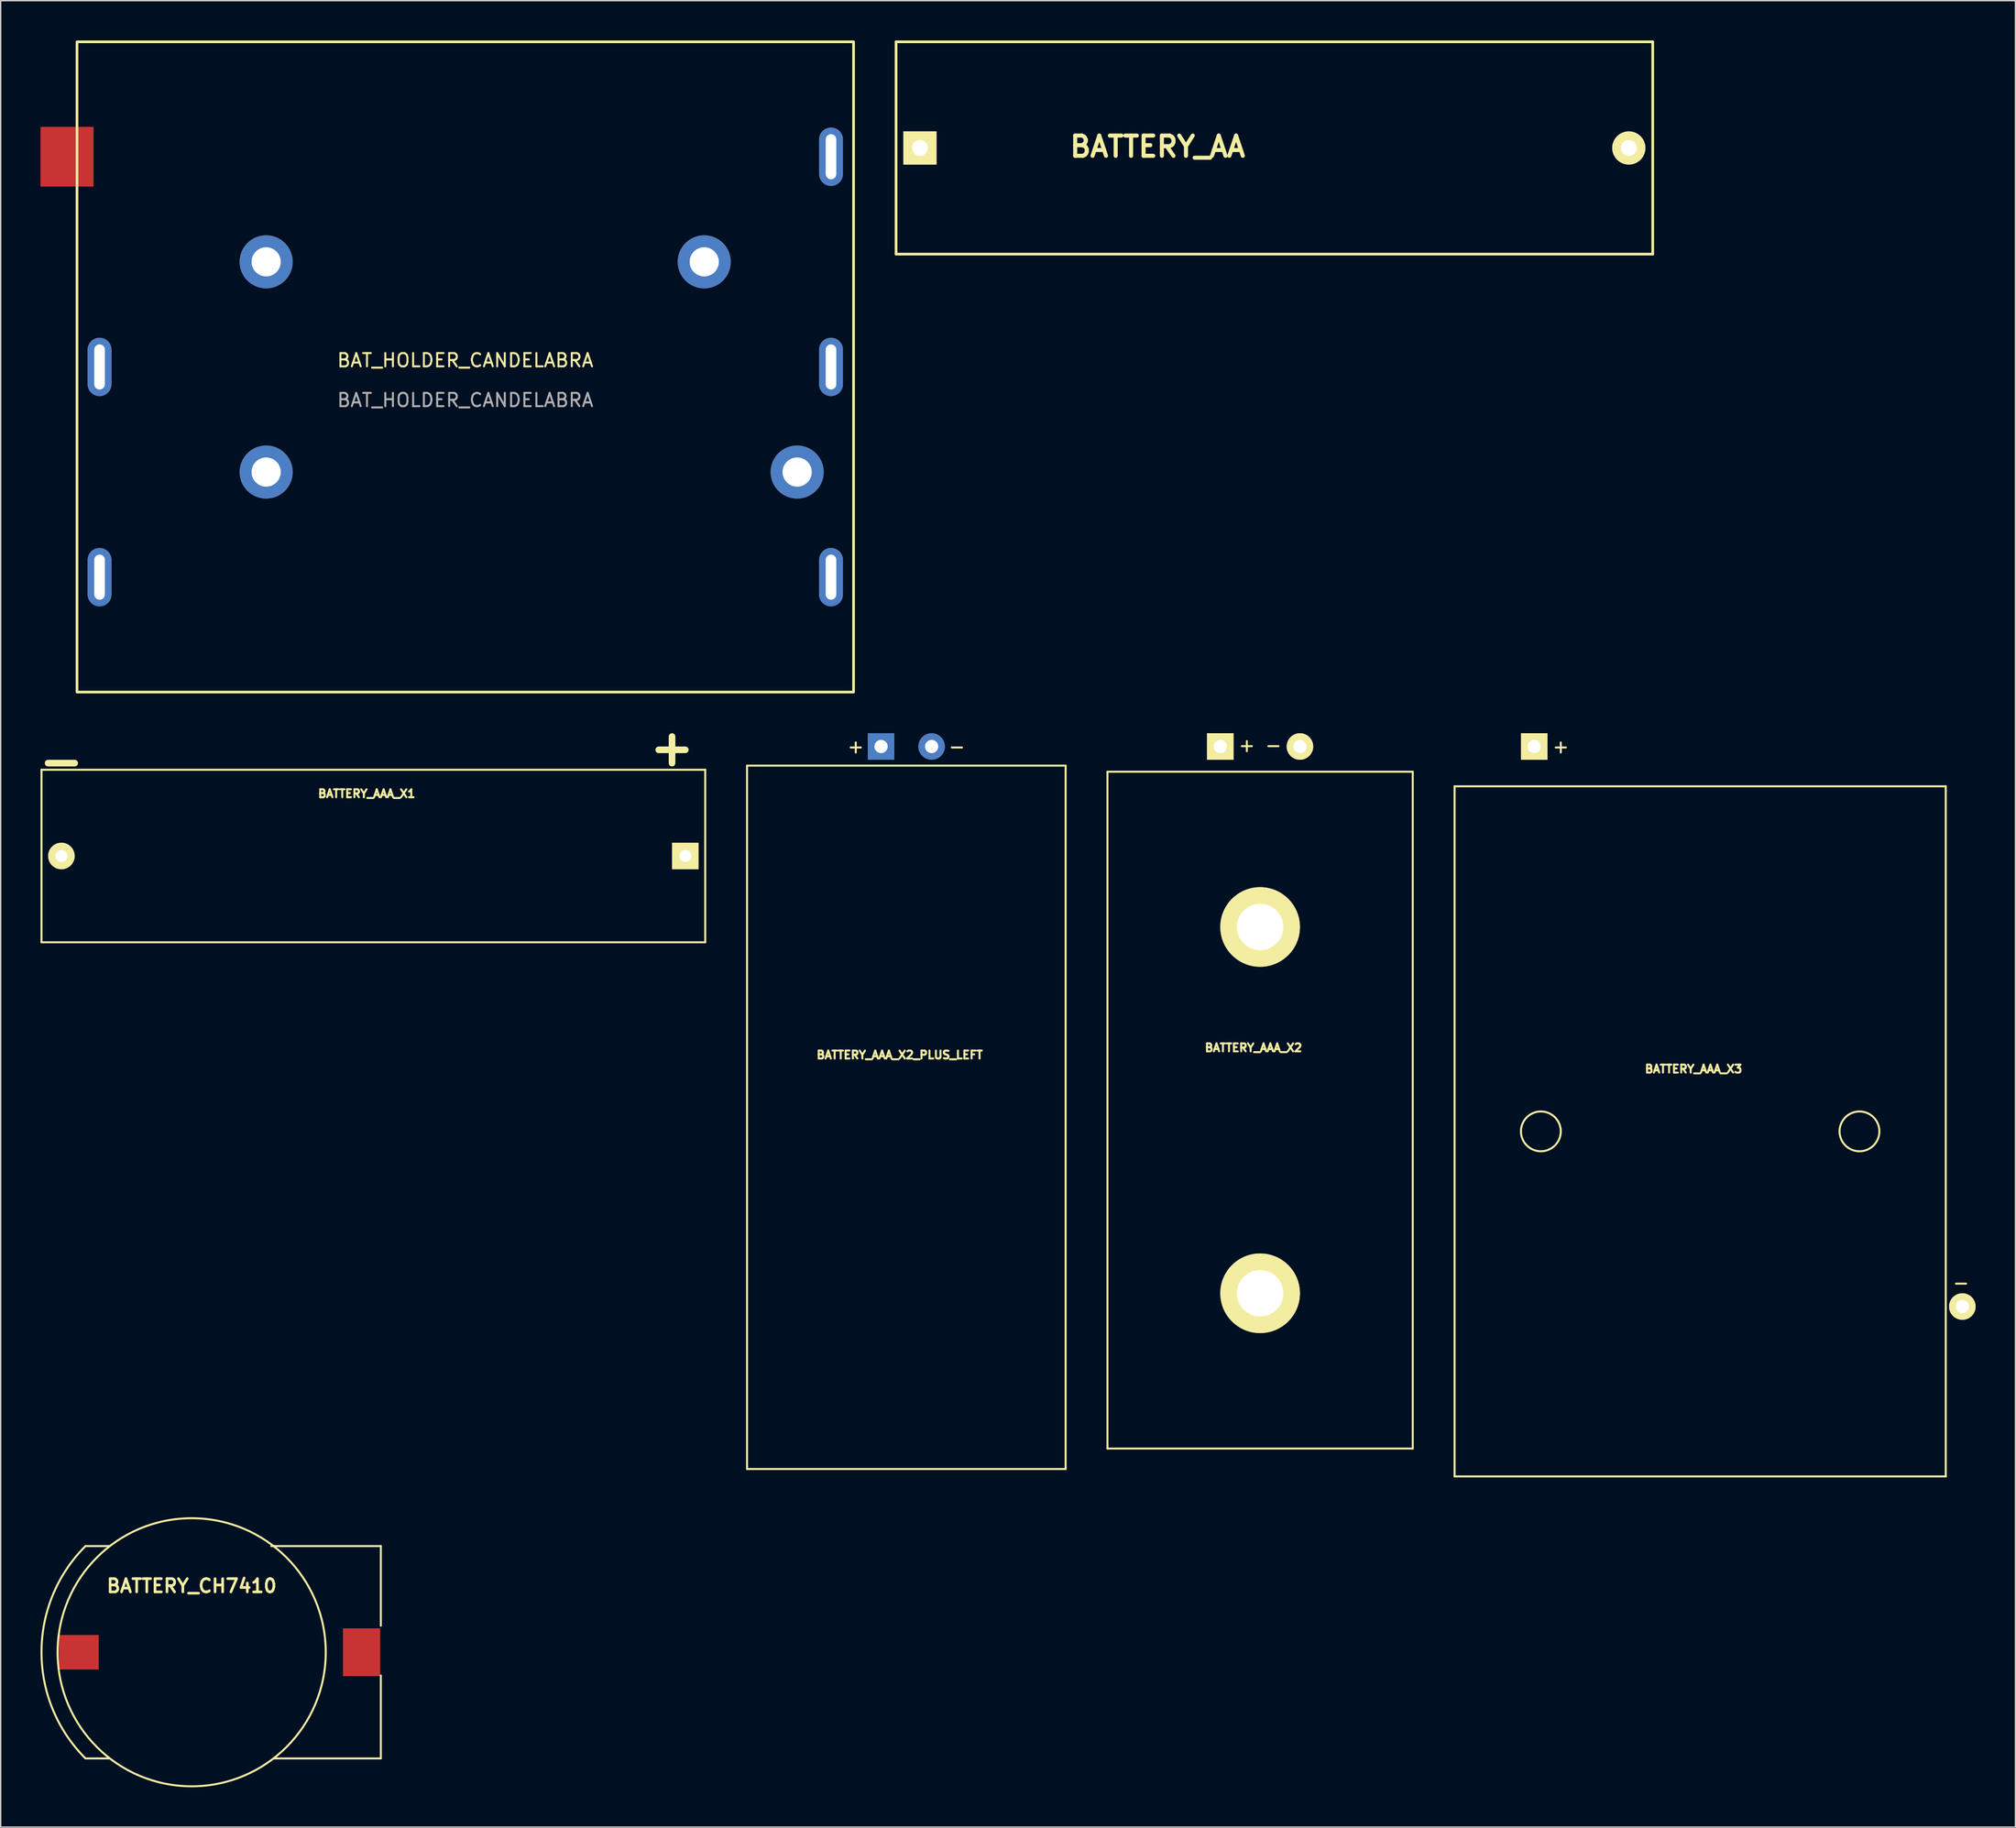
<source format=kicad_pcb>
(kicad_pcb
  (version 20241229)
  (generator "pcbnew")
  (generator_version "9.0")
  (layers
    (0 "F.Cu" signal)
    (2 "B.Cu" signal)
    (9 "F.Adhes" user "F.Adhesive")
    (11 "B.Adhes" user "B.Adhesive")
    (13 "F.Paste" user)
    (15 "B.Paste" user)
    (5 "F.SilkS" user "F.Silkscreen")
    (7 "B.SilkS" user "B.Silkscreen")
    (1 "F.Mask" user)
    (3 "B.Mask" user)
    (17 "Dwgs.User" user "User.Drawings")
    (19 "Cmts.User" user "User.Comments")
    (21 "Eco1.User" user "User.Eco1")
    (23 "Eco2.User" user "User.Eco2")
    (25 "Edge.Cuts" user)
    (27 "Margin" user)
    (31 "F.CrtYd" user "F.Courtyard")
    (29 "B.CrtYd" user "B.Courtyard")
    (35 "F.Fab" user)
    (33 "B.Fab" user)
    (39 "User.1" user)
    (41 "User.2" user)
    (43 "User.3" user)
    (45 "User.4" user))
  (footprint "BATTERY_AAA_X3"
    (layer "F.Cu")
    (at 125.025 82.2)
    (property "Reference" "BATTERY_AAA_X3" (at -0.5 -4.699 0) (layer "F.SilkS") (effects (font (size 0.6 0.6) (thickness 0.15))))
    (attr through_hole)
    (fp_line (start -18.5 -26) (end 18.5 -26) (stroke (width 0.15) (type solid)) (layer "F.SilkS"))
    (fp_line (start -18.5 26) (end -18.5 -26) (stroke (width 0.15) (type solid)) (layer "F.SilkS"))
    (fp_line (start 18.5 -26) (end 18.5 26) (stroke (width 0.15) (type solid)) (layer "F.SilkS"))
    (fp_line (start 18.5 26) (end -18.5 26) (stroke (width 0.15) (type solid)) (layer "F.SilkS"))
    (fp_circle (center -12 0) (end -10.5 0) (stroke (width 0.15) (type solid)) (fill no) (layer "F.SilkS"))
    (fp_circle (center 12 0) (end 13.5 0) (stroke (width 0.15) (type solid)) (fill no) (layer "F.SilkS"))
    (fp_text user "-" (at 19.65 11.4 0) (layer "F.SilkS") (effects (font (size 1 1) (thickness 0.15))))
    (fp_text user "+" (at -10.5 -29 0) (layer "F.SilkS") (effects (font (size 1 1) (thickness 0.15))))
    (pad "A" thru_hole rect (at -12.5 -29) (size 2 2) (drill 1) (layers "*.Cu" "*.Mask" "F.SilkS"))
    (pad "C" thru_hole circle (at 19.75 13.2) (size 2 2) (drill 1) (layers "*.Cu" "*.Mask" "F.SilkS")))
  (footprint "BATTERY_AA"
    (layer "F.Cu")
    (at 92.95 8.1)
    (property "Reference" "BATTERY_AA" (at -8.8 -0.1 0) (layer "F.SilkS") (effects (font (size 1.524 1.524) (thickness 0.305))))
    (attr through_hole)
    (fp_line (start -28.5 -8) (end 28.5 -8) (stroke (width 0.2) (type solid)) (layer "F.SilkS"))
    (fp_line (start -28.5 8) (end -28.5 -8) (stroke (width 0.2) (type solid)) (layer "F.SilkS"))
    (fp_line (start 28.5 -8) (end 28.5 8) (stroke (width 0.2) (type solid)) (layer "F.SilkS"))
    (fp_line (start 28.5 8) (end -28.5 8) (stroke (width 0.2) (type solid)) (layer "F.SilkS"))
    (pad "A" thru_hole rect (at -26.7 0) (size 2.5 2.5) (drill 1.2) (layers "*.Cu" "*.Mask" "F.SilkS"))
    (pad "C" thru_hole circle (at 26.7 0) (size 2.5 2.5) (drill 1.2) (layers "*.Cu" "*.Mask" "F.SilkS")))
  (footprint "BATTERY_AAA_X1"
    (layer "F.Cu")
    (at 25.075 61.451)
    (property "Reference" "BATTERY_AAA_X1" (at -0.5 -4.699 0) (layer "F.SilkS") (effects (font (size 0.6 0.6) (thickness 0.15))))
    (attr through_hole)
    (fp_line (start -25 -6.5) (end 25 -6.5) (stroke (width 0.15) (type solid)) (layer "F.SilkS"))
    (fp_line (start -25 6.5) (end -25 -6.5) (stroke (width 0.15) (type solid)) (layer "F.SilkS"))
    (fp_line (start -24.501 -7) (end -22.499 -7) (stroke (width 0.5) (type solid)) (layer "F.SilkS"))
    (fp_line (start 21.499 -8) (end 23.498 -8) (stroke (width 0.5) (type solid)) (layer "F.SilkS"))
    (fp_line (start 22.5 -9.001) (end 22.5 -7) (stroke (width 0.5) (type solid)) (layer "F.SilkS"))
    (fp_line (start 25 -6.5) (end 25 6.5) (stroke (width 0.15) (type solid)) (layer "F.SilkS"))
    (fp_line (start 25 6.5) (end -25 6.5) (stroke (width 0.15) (type solid)) (layer "F.SilkS"))
    (pad "A" thru_hole rect (at 23.5 0) (size 2 2) (drill 0.9) (layers "*.Cu" "*.Mask" "F.SilkS"))
    (pad "C" thru_hole circle (at -23.5 0) (size 2 2) (drill 0.9) (layers "*.Cu" "*.Mask" "F.SilkS")))
  (footprint "BATTERY_AAA_X2"
    (layer "F.Cu")
    (at 91.875 80.6)
    (property "Reference" "BATTERY_AAA_X2" (at -0.5 -4.699 0) (layer "F.SilkS") (effects (font (size 0.6 0.6) (thickness 0.15))))
    (attr through_hole)
    (fp_line (start -11.5 -25.5) (end 11.5 -25.5) (stroke (width 0.15) (type solid)) (layer "F.SilkS"))
    (fp_line (start -11.5 25.5) (end -11.5 -25.5) (stroke (width 0.15) (type solid)) (layer "F.SilkS"))
    (fp_line (start 11.5 -25.5) (end 11.5 25.5) (stroke (width 0.15) (type solid)) (layer "F.SilkS"))
    (fp_line (start 11.5 25.5) (end -11.5 25.5) (stroke (width 0.15) (type solid)) (layer "F.SilkS"))
    (fp_text user "-" (at 1 -27.5 0) (layer "F.SilkS") (effects (font (size 1 1) (thickness 0.15))))
    (fp_text user "+" (at -1 -27.5 0) (layer "F.SilkS") (effects (font (size 1 1) (thickness 0.15))))
    (pad "A" thru_hole rect (at -3 -27.4) (size 2 2) (drill 1) (layers "*.Cu" "*.Mask" "F.SilkS"))
    (pad "C" thru_hole circle (at 3 -27.4) (size 2 2) (drill 1) (layers "*.Cu" "*.Mask" "F.SilkS"))
    (pad "H" thru_hole circle (at 0 -13.8) (size 6 6) (drill 3.5) (layers "*.Cu" "*.Mask" "F.SilkS"))
    (pad "H" thru_hole circle (at 0 13.8) (size 6 6) (drill 3.5) (layers "*.Cu" "*.Mask" "F.SilkS")))
  (footprint "BAT_HOLDER_CANDELABRA"
    (layer "F.Cu")
    (at 32 24.6)
    (property "Reference" "BAT_HOLDER_CANDELABRA" (at 0 -0.5 0) (unlocked yes) (layer "F.SilkS") (effects (font (size 1 1) (thickness 0.15))))
    (attr through_hole)
    (fp_rect (start -29.25 -24.5) (end 29.25 24.5) (stroke (width 0.2) (type default)) (fill no) (layer "F.SilkS"))
    (fp_text user "${REFERENCE}" (at 0 2.5 0) (unlocked yes) (layer "F.Fab") (effects (font (size 1 1) (thickness 0.15))))
    (pad "1" smd rect (at -30 -15.84) (size 4 4.5) (layers "F.Cu" "F.Mask" "F.Paste"))
    (pad "2" thru_hole oval (at -27.55 0) (size 1.8 4.4) (drill oval 0.8 3.4) (layers "*.Cu" "*.Mask"))
    (pad "3" thru_hole oval (at -27.55 15.84) (size 1.8 4.4) (drill oval 0.8 3.4) (layers "*.Cu" "*.Mask"))
    (pad "4" thru_hole oval (at 27.55 15.84) (size 1.8 4.4) (drill oval 0.8 3.4) (layers "*.Cu" "*.Mask"))
    (pad "5" thru_hole oval (at 27.55 0) (size 1.8 4.4) (drill oval 0.8 3.4) (layers "*.Cu" "*.Mask"))
    (pad "6" thru_hole oval (at 27.55 -15.84) (size 1.8 4.4) (drill oval 0.8 3.4) (layers "*.Cu" "*.Mask"))
    (pad "H1" thru_hole circle (at -15 -7.92 180) (size 4 4) (drill 2.2) (layers "*.Cu" "*.Mask"))
    (pad "H2" thru_hole circle (at -15 7.92 180) (size 4 4) (drill 2.2) (layers "*.Cu" "*.Mask"))
    (pad "H3" thru_hole circle (at 25 7.92 180) (size 4 4) (drill 2.2) (layers "*.Cu" "*.Mask"))
    (pad "H4" thru_hole circle (at 18 -7.92 180) (size 4 4) (drill 2.2) (layers "*.Cu" "*.Mask")))
  (footprint "BATTERY_AAA_X2_PLUS_LEFT"
    (layer "F.Cu")
    (at 65.225 81.14)
    (property "Reference" "BATTERY_AAA_X2_PLUS_LEFT" (at -0.5 -4.699 0) (layer "F.SilkS") (effects (font (size 0.6 0.6) (thickness 0.15))))
    (attr through_hole)
    (fp_line (start -12 -26.5) (end 12 -26.5) (stroke (width 0.15) (type solid)) (layer "F.SilkS"))
    (fp_line (start -12 26.5) (end -12 -26.5) (stroke (width 0.15) (type solid)) (layer "F.SilkS"))
    (fp_line (start 12 -26.5) (end 12 26.5) (stroke (width 0.15) (type solid)) (layer "F.SilkS"))
    (fp_line (start 12 26.5) (end -12 26.5) (stroke (width 0.15) (type solid)) (layer "F.SilkS"))
    (fp_text user "+" (at -3.81 -27.94 0) (layer "F.SilkS") (effects (font (size 1 1) (thickness 0.15))))
    (fp_text user "-" (at 3.81 -27.94 0) (layer "F.SilkS") (effects (font (size 1 1) (thickness 0.15))))
    (pad "A" thru_hole rect (at -1.905 -27.94) (size 2 2) (drill 1) (layers "*.Cu" "*.Mask"))
    (pad "C" thru_hole circle (at 1.905 -27.94) (size 2 2) (drill 1) (layers "*.Cu" "*.Mask")))
  (footprint "BATTERY_CH7410"
    (layer "F.Cu")
    (at 11.389 121.45)
    (property "Reference" "BATTERY_CH7410" (at 0 -5 0) (layer "F.SilkS") (effects (font (size 1 1) (thickness 0.2))))
    (attr through_hole)
    (fp_line (start -8 -8) (end -6.2 -8) (stroke (width 0.15) (type solid)) (layer "F.SilkS"))
    (fp_line (start -8 8) (end -6.2 8) (stroke (width 0.15) (type solid)) (layer "F.SilkS"))
    (fp_line (start 14.25 -8) (end 6 -8) (stroke (width 0.15) (type solid)) (layer "F.SilkS"))
    (fp_line (start 14.25 -2) (end 14.25 -8) (stroke (width 0.15) (type solid)) (layer "F.SilkS"))
    (fp_line (start 14.25 1.75) (end 14.25 8) (stroke (width 0.15) (type solid)) (layer "F.SilkS"))
    (fp_line (start 14.25 8) (end 6.25 8) (stroke (width 0.15) (type solid)) (layer "F.SilkS"))
    (fp_arc (start -8 8) (mid -11.313708 0) (end -8 -8) (stroke (width 0.15) (type solid)) (layer "F.SilkS"))
    (fp_circle (center 0 0) (end -10.1 0) (stroke (width 0.15) (type solid)) (fill no) (layer "F.SilkS"))
    (pad "A" smd rect (at 12.8 0) (size 2.8 3.6) (layers "F.Cu" "F.Mask" "F.Paste"))
    (pad "C" smd rect (at -8.5 0) (size 3 2.6) (layers "F.Cu" "F.Mask" "F.Paste")))
  (gr_rect
    (start -3 -3)
    (end 148.775 134.625)
    (stroke (width 0.1) (type default))
    (fill no)
    (layer "Edge.Cuts")))
</source>
